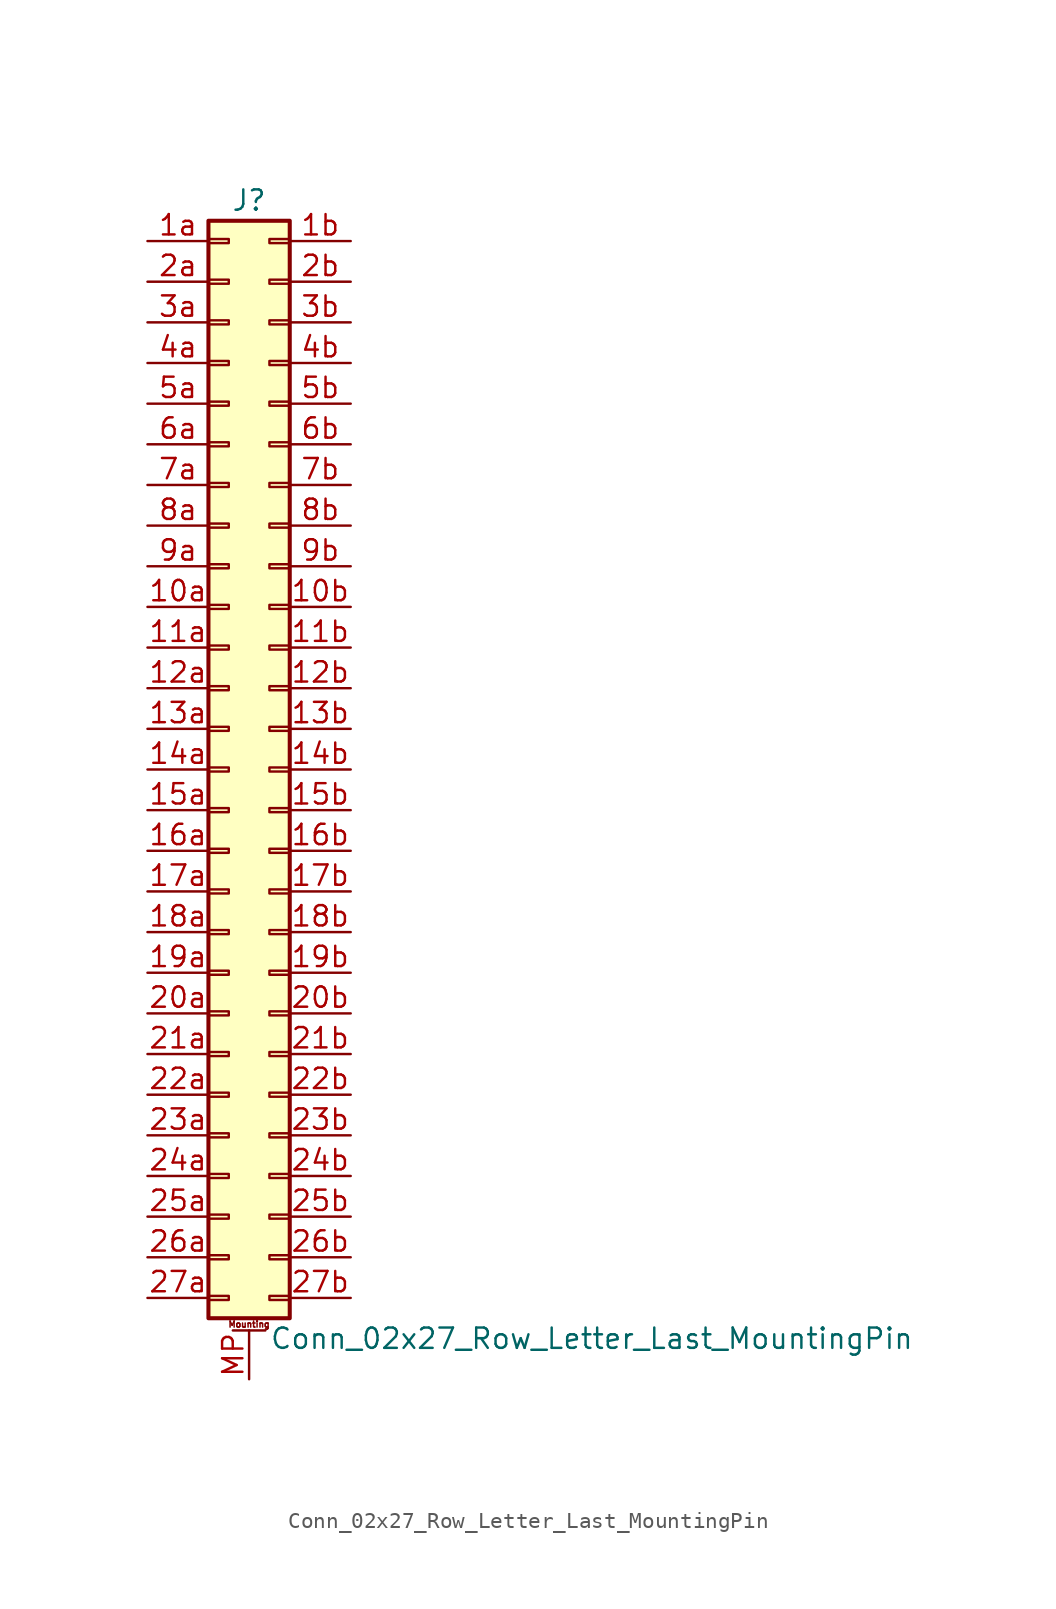
<source format=kicad_sym>
(kicad_symbol_lib
  (version 20201005)
  (generator kicad_symbol_editor)
  (symbol "Connector_Generic_MountingPin:Conn_02x27_Row_Letter_Last_MountingPin"
    (pin_names
      (offset 1.016) hide)
    (property "Reference" "J"
      (at 1.27 35.56 0)
      (effects (font (size 1.27 1.27))))
    (property "Value" "Conn_02x27_Row_Letter_Last_MountingPin"
      (at 2.54 -35.56 0)
      (effects (font (size 1.27 1.27)) (justify left)))
    (symbol "Conn_02x27_Row_Letter_Last_MountingPin_1_1"
      (text "Mounting" (at 1.27 -34.671 0) (effects (font (size 0.381 0.381))))
      (rectangle (start -1.27 -27.813) (end 0 -28.067) (stroke (width 0.152)) (fill (type none)))
      (rectangle (start -1.27 -30.353) (end 0 -30.607) (stroke (width 0.152)) (fill (type none)))
      (rectangle (start -1.27 -32.893) (end 0 -33.147) (stroke (width 0.152)) (fill (type none)))
      (rectangle (start -1.27 -4.953) (end 0 -5.207) (stroke (width 0.152)) (fill (type none)))
      (rectangle (start -1.27 -7.493) (end 0 -7.747) (stroke (width 0.152)) (fill (type none)))
      (rectangle (start -1.27 -10.033) (end 0 -10.287) (stroke (width 0.152)) (fill (type none)))
      (rectangle (start -1.27 -12.573) (end 0 -12.827) (stroke (width 0.152)) (fill (type none)))
      (rectangle (start -1.27 -15.113) (end 0 -15.367) (stroke (width 0.152)) (fill (type none)))
      (rectangle (start -1.27 -17.653) (end 0 -17.907) (stroke (width 0.152)) (fill (type none)))
      (rectangle (start -1.27 -20.193) (end 0 -20.447) (stroke (width 0.152)) (fill (type none)))
      (rectangle (start -1.27 -22.733) (end 0 -22.987) (stroke (width 0.152)) (fill (type none)))
      (rectangle (start -1.27 -2.413) (end 0 -2.667) (stroke (width 0.152)) (fill (type none)))
      (rectangle (start -1.27 -25.273) (end 0 -25.527) (stroke (width 0.152)) (fill (type none)))
      (rectangle (start -1.27 25.527) (end 0 25.273) (stroke (width 0.152)) (fill (type none)))
      (rectangle (start -1.27 2.667) (end 0 2.413) (stroke (width 0.152)) (fill (type none)))
      (rectangle (start -1.27 28.067) (end 0 27.813) (stroke (width 0.152)) (fill (type none)))
      (rectangle (start -1.27 30.607) (end 0 30.353) (stroke (width 0.152)) (fill (type none)))
      (rectangle (start -1.27 33.147) (end 0 32.893) (stroke (width 0.152)) (fill (type none)))
      (rectangle (start -1.27 34.29) (end 3.81 -34.29) (stroke (width 0.254)) (fill (type background)))
      (rectangle (start -1.27 5.207) (end 0 4.953) (stroke (width 0.152)) (fill (type none)))
      (rectangle (start -1.27 7.747) (end 0 7.493) (stroke (width 0.152)) (fill (type none)))
      (rectangle (start -1.27 10.287) (end 0 10.033) (stroke (width 0.152)) (fill (type none)))
      (rectangle (start -1.27 0.127) (end 0 -0.127) (stroke (width 0.152)) (fill (type none)))
      (rectangle (start -1.27 12.827) (end 0 12.573) (stroke (width 0.152)) (fill (type none)))
      (rectangle (start -1.27 15.367) (end 0 15.113) (stroke (width 0.152)) (fill (type none)))
      (rectangle (start -1.27 17.907) (end 0 17.653) (stroke (width 0.152)) (fill (type none)))
      (rectangle (start -1.27 20.447) (end 0 20.193) (stroke (width 0.152)) (fill (type none)))
      (rectangle (start -1.27 22.987) (end 0 22.733) (stroke (width 0.152)) (fill (type none)))
      (rectangle (start 3.81 -27.813) (end 2.54 -28.067) (stroke (width 0.152)) (fill (type none)))
      (rectangle (start 3.81 -30.353) (end 2.54 -30.607) (stroke (width 0.152)) (fill (type none)))
      (rectangle (start 3.81 -32.893) (end 2.54 -33.147) (stroke (width 0.152)) (fill (type none)))
      (rectangle (start 3.81 -4.953) (end 2.54 -5.207) (stroke (width 0.152)) (fill (type none)))
      (rectangle (start 3.81 -7.493) (end 2.54 -7.747) (stroke (width 0.152)) (fill (type none)))
      (rectangle (start 3.81 -10.033) (end 2.54 -10.287) (stroke (width 0.152)) (fill (type none)))
      (rectangle (start 3.81 -12.573) (end 2.54 -12.827) (stroke (width 0.152)) (fill (type none)))
      (rectangle (start 3.81 -15.113) (end 2.54 -15.367) (stroke (width 0.152)) (fill (type none)))
      (rectangle (start 3.81 -17.653) (end 2.54 -17.907) (stroke (width 0.152)) (fill (type none)))
      (rectangle (start 3.81 -20.193) (end 2.54 -20.447) (stroke (width 0.152)) (fill (type none)))
      (rectangle (start 3.81 -22.733) (end 2.54 -22.987) (stroke (width 0.152)) (fill (type none)))
      (rectangle (start 3.81 -2.413) (end 2.54 -2.667) (stroke (width 0.152)) (fill (type none)))
      (rectangle (start 3.81 -25.273) (end 2.54 -25.527) (stroke (width 0.152)) (fill (type none)))
      (rectangle (start 3.81 25.527) (end 2.54 25.273) (stroke (width 0.152)) (fill (type none)))
      (rectangle (start 3.81 2.667) (end 2.54 2.413) (stroke (width 0.152)) (fill (type none)))
      (rectangle (start 3.81 28.067) (end 2.54 27.813) (stroke (width 0.152)) (fill (type none)))
      (rectangle (start 3.81 30.607) (end 2.54 30.353) (stroke (width 0.152)) (fill (type none)))
      (rectangle (start 3.81 33.147) (end 2.54 32.893) (stroke (width 0.152)) (fill (type none)))
      (rectangle (start 3.81 5.207) (end 2.54 4.953) (stroke (width 0.152)) (fill (type none)))
      (rectangle (start 3.81 7.747) (end 2.54 7.493) (stroke (width 0.152)) (fill (type none)))
      (rectangle (start 3.81 10.287) (end 2.54 10.033) (stroke (width 0.152)) (fill (type none)))
      (rectangle (start 3.81 0.127) (end 2.54 -0.127) (stroke (width 0.152)) (fill (type none)))
      (rectangle (start 3.81 12.827) (end 2.54 12.573) (stroke (width 0.152)) (fill (type none)))
      (rectangle (start 3.81 15.367) (end 2.54 15.113) (stroke (width 0.152)) (fill (type none)))
      (rectangle (start 3.81 17.907) (end 2.54 17.653) (stroke (width 0.152)) (fill (type none)))
      (rectangle (start 3.81 20.447) (end 2.54 20.193) (stroke (width 0.152)) (fill (type none)))
      (rectangle (start 3.81 22.987) (end 2.54 22.733) (stroke (width 0.152)) (fill (type none)))
      (polyline (pts (xy 0.254 -35.052) (xy 2.286 -35.052)) (stroke (width 0.152)) (fill (type none)))
      (pin passive line (at 1.27 -38.1 90) (length 3.048) (name "MountPin" (effects (font (size 1.27 1.27)))) (number "MP" (effects (font (size 1.27 1.27)))))
      (pin passive line (at -5.08 10.16 0) (length 3.81) (name "Pin_10a" (effects (font (size 1.27 1.27)))) (number "10a" (effects (font (size 1.27 1.27)))))
      (pin passive line (at 7.62 10.16 180) (length 3.81) (name "Pin_10b" (effects (font (size 1.27 1.27)))) (number "10b" (effects (font (size 1.27 1.27)))))
      (pin passive line (at -5.08 7.62 0) (length 3.81) (name "Pin_11a" (effects (font (size 1.27 1.27)))) (number "11a" (effects (font (size 1.27 1.27)))))
      (pin passive line (at 7.62 7.62 180) (length 3.81) (name "Pin_11b" (effects (font (size 1.27 1.27)))) (number "11b" (effects (font (size 1.27 1.27)))))
      (pin passive line (at -5.08 5.08 0) (length 3.81) (name "Pin_12a" (effects (font (size 1.27 1.27)))) (number "12a" (effects (font (size 1.27 1.27)))))
      (pin passive line (at 7.62 5.08 180) (length 3.81) (name "Pin_12b" (effects (font (size 1.27 1.27)))) (number "12b" (effects (font (size 1.27 1.27)))))
      (pin passive line (at -5.08 2.54 0) (length 3.81) (name "Pin_13a" (effects (font (size 1.27 1.27)))) (number "13a" (effects (font (size 1.27 1.27)))))
      (pin passive line (at 7.62 2.54 180) (length 3.81) (name "Pin_13b" (effects (font (size 1.27 1.27)))) (number "13b" (effects (font (size 1.27 1.27)))))
      (pin passive line (at -5.08 0 0) (length 3.81) (name "Pin_14a" (effects (font (size 1.27 1.27)))) (number "14a" (effects (font (size 1.27 1.27)))))
      (pin passive line (at 7.62 0 180) (length 3.81) (name "Pin_14b" (effects (font (size 1.27 1.27)))) (number "14b" (effects (font (size 1.27 1.27)))))
      (pin passive line (at -5.08 -2.54 0) (length 3.81) (name "Pin_15a" (effects (font (size 1.27 1.27)))) (number "15a" (effects (font (size 1.27 1.27)))))
      (pin passive line (at 7.62 -2.54 180) (length 3.81) (name "Pin_15b" (effects (font (size 1.27 1.27)))) (number "15b" (effects (font (size 1.27 1.27)))))
      (pin passive line (at -5.08 -5.08 0) (length 3.81) (name "Pin_16a" (effects (font (size 1.27 1.27)))) (number "16a" (effects (font (size 1.27 1.27)))))
      (pin passive line (at 7.62 -5.08 180) (length 3.81) (name "Pin_16b" (effects (font (size 1.27 1.27)))) (number "16b" (effects (font (size 1.27 1.27)))))
      (pin passive line (at -5.08 -7.62 0) (length 3.81) (name "Pin_17a" (effects (font (size 1.27 1.27)))) (number "17a" (effects (font (size 1.27 1.27)))))
      (pin passive line (at 7.62 -7.62 180) (length 3.81) (name "Pin_17b" (effects (font (size 1.27 1.27)))) (number "17b" (effects (font (size 1.27 1.27)))))
      (pin passive line (at -5.08 -10.16 0) (length 3.81) (name "Pin_18a" (effects (font (size 1.27 1.27)))) (number "18a" (effects (font (size 1.27 1.27)))))
      (pin passive line (at 7.62 -10.16 180) (length 3.81) (name "Pin_18b" (effects (font (size 1.27 1.27)))) (number "18b" (effects (font (size 1.27 1.27)))))
      (pin passive line (at -5.08 -12.7 0) (length 3.81) (name "Pin_19a" (effects (font (size 1.27 1.27)))) (number "19a" (effects (font (size 1.27 1.27)))))
      (pin passive line (at 7.62 -12.7 180) (length 3.81) (name "Pin_19b" (effects (font (size 1.27 1.27)))) (number "19b" (effects (font (size 1.27 1.27)))))
      (pin passive line (at -5.08 33.02 0) (length 3.81) (name "Pin_1a" (effects (font (size 1.27 1.27)))) (number "1a" (effects (font (size 1.27 1.27)))))
      (pin passive line (at 7.62 33.02 180) (length 3.81) (name "Pin_1b" (effects (font (size 1.27 1.27)))) (number "1b" (effects (font (size 1.27 1.27)))))
      (pin passive line (at -5.08 -15.24 0) (length 3.81) (name "Pin_20a" (effects (font (size 1.27 1.27)))) (number "20a" (effects (font (size 1.27 1.27)))))
      (pin passive line (at 7.62 -15.24 180) (length 3.81) (name "Pin_20b" (effects (font (size 1.27 1.27)))) (number "20b" (effects (font (size 1.27 1.27)))))
      (pin passive line (at -5.08 -17.78 0) (length 3.81) (name "Pin_21a" (effects (font (size 1.27 1.27)))) (number "21a" (effects (font (size 1.27 1.27)))))
      (pin passive line (at 7.62 -17.78 180) (length 3.81) (name "Pin_21b" (effects (font (size 1.27 1.27)))) (number "21b" (effects (font (size 1.27 1.27)))))
      (pin passive line (at -5.08 -20.32 0) (length 3.81) (name "Pin_22a" (effects (font (size 1.27 1.27)))) (number "22a" (effects (font (size 1.27 1.27)))))
      (pin passive line (at 7.62 -20.32 180) (length 3.81) (name "Pin_22b" (effects (font (size 1.27 1.27)))) (number "22b" (effects (font (size 1.27 1.27)))))
      (pin passive line (at -5.08 -22.86 0) (length 3.81) (name "Pin_23a" (effects (font (size 1.27 1.27)))) (number "23a" (effects (font (size 1.27 1.27)))))
      (pin passive line (at 7.62 -22.86 180) (length 3.81) (name "Pin_23b" (effects (font (size 1.27 1.27)))) (number "23b" (effects (font (size 1.27 1.27)))))
      (pin passive line (at -5.08 -25.4 0) (length 3.81) (name "Pin_24a" (effects (font (size 1.27 1.27)))) (number "24a" (effects (font (size 1.27 1.27)))))
      (pin passive line (at 7.62 -25.4 180) (length 3.81) (name "Pin_24b" (effects (font (size 1.27 1.27)))) (number "24b" (effects (font (size 1.27 1.27)))))
      (pin passive line (at -5.08 -27.94 0) (length 3.81) (name "Pin_25a" (effects (font (size 1.27 1.27)))) (number "25a" (effects (font (size 1.27 1.27)))))
      (pin passive line (at 7.62 -27.94 180) (length 3.81) (name "Pin_25b" (effects (font (size 1.27 1.27)))) (number "25b" (effects (font (size 1.27 1.27)))))
      (pin passive line (at -5.08 -30.48 0) (length 3.81) (name "Pin_26a" (effects (font (size 1.27 1.27)))) (number "26a" (effects (font (size 1.27 1.27)))))
      (pin passive line (at 7.62 -30.48 180) (length 3.81) (name "Pin_26b" (effects (font (size 1.27 1.27)))) (number "26b" (effects (font (size 1.27 1.27)))))
      (pin passive line (at -5.08 -33.02 0) (length 3.81) (name "Pin_27a" (effects (font (size 1.27 1.27)))) (number "27a" (effects (font (size 1.27 1.27)))))
      (pin passive line (at 7.62 -33.02 180) (length 3.81) (name "Pin_27b" (effects (font (size 1.27 1.27)))) (number "27b" (effects (font (size 1.27 1.27)))))
      (pin passive line (at -5.08 30.48 0) (length 3.81) (name "Pin_2a" (effects (font (size 1.27 1.27)))) (number "2a" (effects (font (size 1.27 1.27)))))
      (pin passive line (at 7.62 30.48 180) (length 3.81) (name "Pin_2b" (effects (font (size 1.27 1.27)))) (number "2b" (effects (font (size 1.27 1.27)))))
      (pin passive line (at -5.08 27.94 0) (length 3.81) (name "Pin_3a" (effects (font (size 1.27 1.27)))) (number "3a" (effects (font (size 1.27 1.27)))))
      (pin passive line (at 7.62 27.94 180) (length 3.81) (name "Pin_3b" (effects (font (size 1.27 1.27)))) (number "3b" (effects (font (size 1.27 1.27)))))
      (pin passive line (at -5.08 25.4 0) (length 3.81) (name "Pin_4a" (effects (font (size 1.27 1.27)))) (number "4a" (effects (font (size 1.27 1.27)))))
      (pin passive line (at 7.62 25.4 180) (length 3.81) (name "Pin_4b" (effects (font (size 1.27 1.27)))) (number "4b" (effects (font (size 1.27 1.27)))))
      (pin passive line (at -5.08 22.86 0) (length 3.81) (name "Pin_5a" (effects (font (size 1.27 1.27)))) (number "5a" (effects (font (size 1.27 1.27)))))
      (pin passive line (at 7.62 22.86 180) (length 3.81) (name "Pin_5b" (effects (font (size 1.27 1.27)))) (number "5b" (effects (font (size 1.27 1.27)))))
      (pin passive line (at -5.08 20.32 0) (length 3.81) (name "Pin_6a" (effects (font (size 1.27 1.27)))) (number "6a" (effects (font (size 1.27 1.27)))))
      (pin passive line (at 7.62 20.32 180) (length 3.81) (name "Pin_6b" (effects (font (size 1.27 1.27)))) (number "6b" (effects (font (size 1.27 1.27)))))
      (pin passive line (at -5.08 17.78 0) (length 3.81) (name "Pin_7a" (effects (font (size 1.27 1.27)))) (number "7a" (effects (font (size 1.27 1.27)))))
      (pin passive line (at 7.62 17.78 180) (length 3.81) (name "Pin_7b" (effects (font (size 1.27 1.27)))) (number "7b" (effects (font (size 1.27 1.27)))))
      (pin passive line (at -5.08 15.24 0) (length 3.81) (name "Pin_8a" (effects (font (size 1.27 1.27)))) (number "8a" (effects (font (size 1.27 1.27)))))
      (pin passive line (at 7.62 15.24 180) (length 3.81) (name "Pin_8b" (effects (font (size 1.27 1.27)))) (number "8b" (effects (font (size 1.27 1.27)))))
      (pin passive line (at -5.08 12.7 0) (length 3.81) (name "Pin_9a" (effects (font (size 1.27 1.27)))) (number "9a" (effects (font (size 1.27 1.27)))))
      (pin passive line (at 7.62 12.7 180) (length 3.81) (name "Pin_9b" (effects (font (size 1.27 1.27)))) (number "9b" (effects (font (size 1.27 1.27))))))))
</source>
